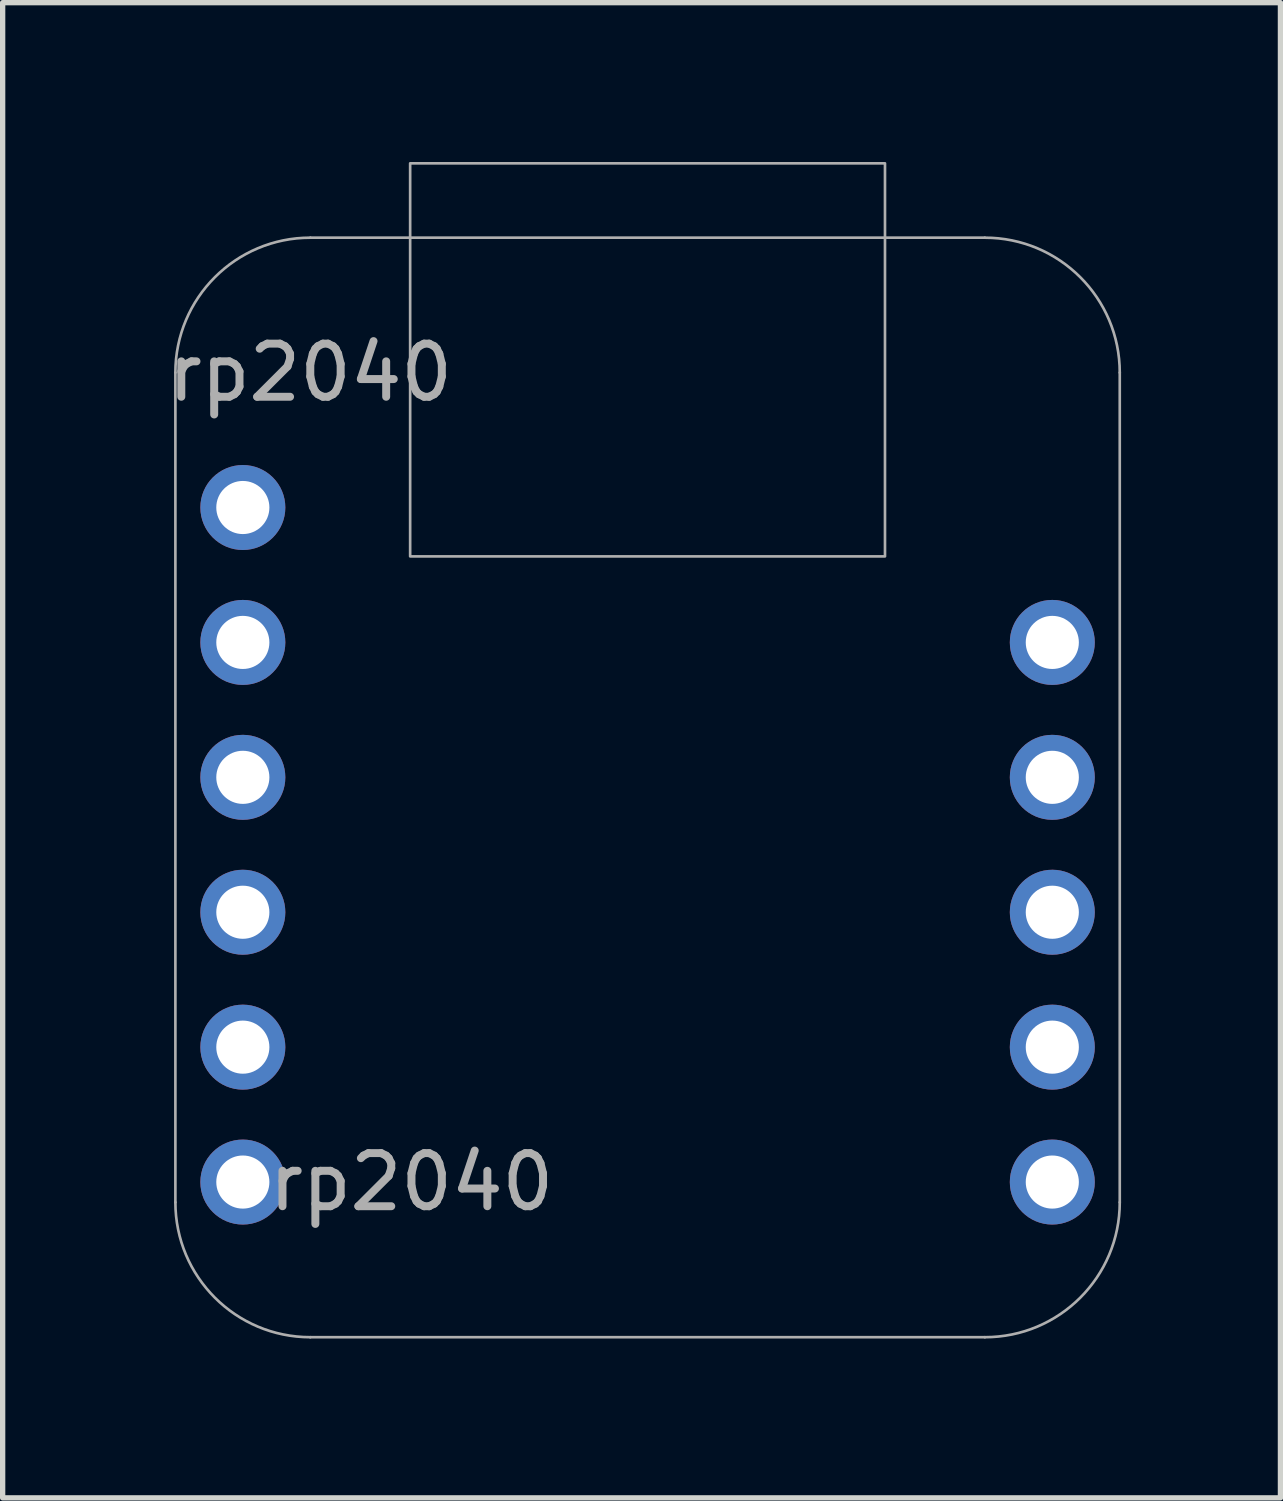
<source format=kicad_pcb>
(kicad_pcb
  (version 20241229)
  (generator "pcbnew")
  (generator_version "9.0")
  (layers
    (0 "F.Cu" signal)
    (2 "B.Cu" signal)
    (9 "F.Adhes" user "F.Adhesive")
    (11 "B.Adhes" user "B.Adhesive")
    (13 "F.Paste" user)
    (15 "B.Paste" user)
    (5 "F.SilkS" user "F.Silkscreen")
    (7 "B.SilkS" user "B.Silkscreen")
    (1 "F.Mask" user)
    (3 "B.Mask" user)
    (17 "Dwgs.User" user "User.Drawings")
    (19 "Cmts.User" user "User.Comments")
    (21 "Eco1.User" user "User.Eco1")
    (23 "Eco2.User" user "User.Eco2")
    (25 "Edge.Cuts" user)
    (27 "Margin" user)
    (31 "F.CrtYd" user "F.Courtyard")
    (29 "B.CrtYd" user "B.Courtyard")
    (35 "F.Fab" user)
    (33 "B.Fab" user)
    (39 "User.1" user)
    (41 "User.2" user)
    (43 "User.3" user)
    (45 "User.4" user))
  (footprint "rp2040"
    (layer "F.Cu")
    (at 9.142 11.425)
    (property "Reference" "rp2040" (at -4.445 7.78 0) (unlocked yes) (layer "F.Fab") (effects (font (size 1 1) (thickness 0.15))))
    (attr through_hole)
    (fp_line (start -8.89 8.161) (end -8.89 -7.46) (stroke (width 0.05) (type solid)) (layer "F.Fab"))
    (fp_line (start -6.35 -10) (end 6.35 -10) (stroke (width 0.05) (type solid)) (layer "F.Fab"))
    (fp_line (start 6.35 10.701) (end -6.35 10.701) (stroke (width 0.05) (type solid)) (layer "F.Fab"))
    (fp_line (start 8.89 -7.46) (end 8.89 8.161) (stroke (width 0.05) (type solid)) (layer "F.Fab"))
    (fp_rect (start -4.47 -11.4) (end 4.47 -4) (stroke (width 0.05) (type solid)) (fill no) (layer "F.Fab"))
    (fp_arc (start -8.89 -7.46) (mid -8.146051 -9.256051) (end -6.35 -10) (stroke (width 0.05) (type solid)) (layer "F.Fab"))
    (fp_arc (start -6.35 10.701) (mid -8.146051 9.957051) (end -8.89 8.161) (stroke (width 0.05) (type solid)) (layer "F.Fab"))
    (fp_arc (start 6.35 -10) (mid 8.146051 -9.256051) (end 8.89 -7.46) (stroke (width 0.05) (type solid)) (layer "F.Fab"))
    (fp_arc (start 8.89 8.161) (mid 8.146051 9.957051) (end 6.35 10.701) (stroke (width 0.05) (type solid)) (layer "F.Fab"))
    (fp_text user "${REFERENCE}" (at -6.35 -7.46 0) (unlocked yes) (layer "F.Fab") (effects (font (size 1 1) (thickness 0.15))))
    (pad "3" thru_hole circle (at 7.62 -2.38) (size 1.6 1.6) (drill 1) (layers "*.Cu" "*.Mask"))
    (pad "4" thru_hole circle (at 7.62 0.16) (size 1.6 1.6) (drill 1) (layers "*.Cu" "*.Mask"))
    (pad "5" thru_hole circle (at 7.62 2.7) (size 1.6 1.6) (drill 1) (layers "*.Cu" "*.Mask"))
    (pad "6" thru_hole circle (at 7.62 5.24) (size 1.6 1.6) (drill 1) (layers "*.Cu" "*.Mask"))
    (pad "7" thru_hole circle (at 7.62 7.78) (size 1.6 1.6) (drill 1) (layers "*.Cu" "*.Mask"))
    (pad "8" thru_hole circle (at -7.62 7.78) (size 1.6 1.6) (drill 1) (layers "*.Cu" "*.Mask"))
    (pad "9" thru_hole circle (at -7.62 5.24) (size 1.6 1.6) (drill 1) (layers "*.Cu" "*.Mask"))
    (pad "10" thru_hole circle (at -7.62 2.7) (size 1.6 1.6) (drill 1) (layers "*.Cu" "*.Mask"))
    (pad "11" thru_hole circle (at -7.62 0.16) (size 1.6 1.6) (drill 1) (layers "*.Cu" "*.Mask"))
    (pad "12" thru_hole circle (at -7.62 -2.38) (size 1.6 1.6) (drill 1) (layers "*.Cu" "*.Mask"))
    (pad "13" thru_hole circle (at -7.62 -4.92) (size 1.6 1.6) (drill 1) (layers "*.Cu" "*.Mask")))
  (gr_rect
    (start -3 -3)
    (end 21.057 25.151)
    (stroke (width 0.1) (type default))
    (fill no)
    (layer "Edge.Cuts")))
</source>
